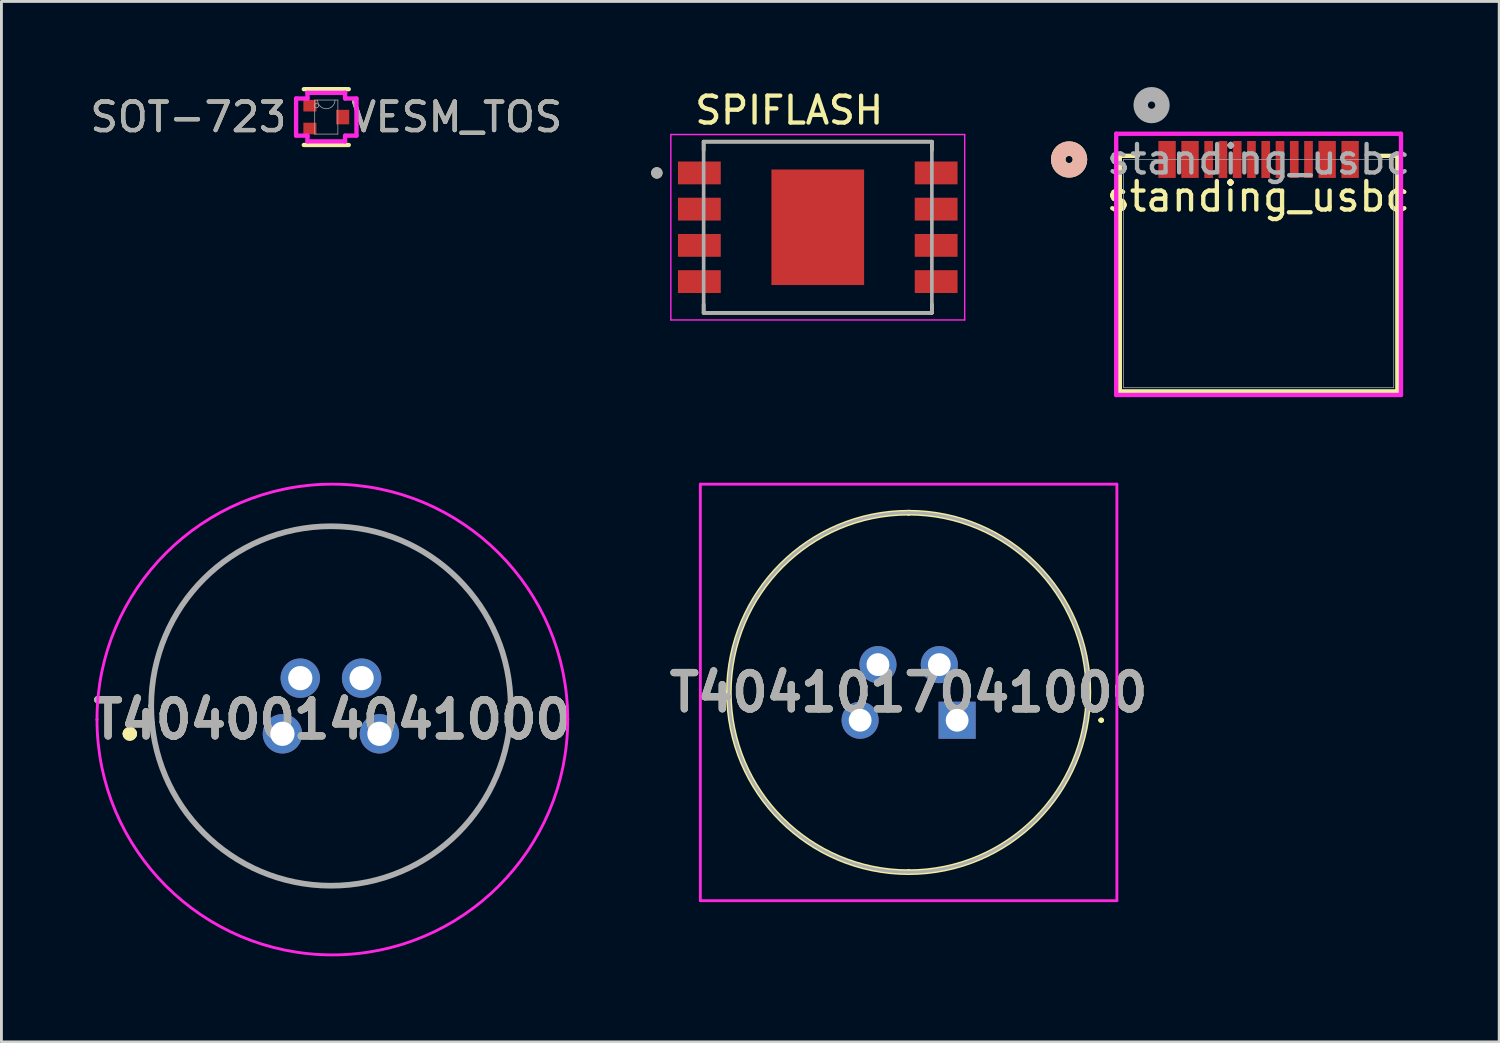
<source format=kicad_pcb>
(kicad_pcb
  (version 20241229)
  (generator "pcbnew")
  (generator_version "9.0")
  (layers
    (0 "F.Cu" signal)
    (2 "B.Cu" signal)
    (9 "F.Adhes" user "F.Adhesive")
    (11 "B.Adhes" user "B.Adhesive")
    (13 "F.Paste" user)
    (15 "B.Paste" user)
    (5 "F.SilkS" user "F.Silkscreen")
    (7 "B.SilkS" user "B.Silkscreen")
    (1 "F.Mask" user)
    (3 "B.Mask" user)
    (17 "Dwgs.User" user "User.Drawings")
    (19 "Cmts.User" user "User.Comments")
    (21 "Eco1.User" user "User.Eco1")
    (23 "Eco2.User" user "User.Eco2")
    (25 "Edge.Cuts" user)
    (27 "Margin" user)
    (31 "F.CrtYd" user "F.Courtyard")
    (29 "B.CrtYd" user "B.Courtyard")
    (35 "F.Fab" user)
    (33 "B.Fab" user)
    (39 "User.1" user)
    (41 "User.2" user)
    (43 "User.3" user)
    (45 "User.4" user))
  (footprint "T4040014041000"
    (layer "F.Cu")
    (at 6.85 22.671)
    (property "Reference" "T4040014041000" (at 1.75 -0.5 0) (layer "F.SilkS") (effects (font (size 1.27 1.27) (thickness 0.254))))
    (attr through_hole)
    (fp_line (start -5.4 0) (end -5.4 0) (stroke (width 0.4) (type solid)) (layer "F.SilkS"))
    (fp_line (start -5.3 0) (end -5.3 0) (stroke (width 0.4) (type solid)) (layer "F.SilkS"))
    (fp_line (start -4.6 -0.975) (end -4.6 -0.975) (stroke (width 0.1) (type solid)) (layer "F.SilkS"))
    (fp_line (start 8 -0.975) (end 8 -0.975) (stroke (width 0.1) (type solid)) (layer "F.SilkS"))
    (fp_arc (start -5.4 0) (mid -5.35 -0.05) (end -5.3 0) (stroke (width 0.4) (type solid)) (layer "F.SilkS"))
    (fp_arc (start -5.3 0) (mid -5.35 0.05) (end -5.4 0) (stroke (width 0.4) (type solid)) (layer "F.SilkS"))
    (fp_arc (start -4.6 -0.975) (mid 1.7 -7.275) (end 8 -0.975) (stroke (width 0.1) (type solid)) (layer "F.SilkS"))
    (fp_arc (start 8 -0.975) (mid 1.7 5.325) (end -4.6 -0.975) (stroke (width 0.1) (type solid)) (layer "F.SilkS"))
    (fp_line (start -6.5 -0.5) (end -6.5 -0.5) (stroke (width 0.1) (type solid)) (layer "F.CrtYd"))
    (fp_line (start 10 -0.5) (end 10 -0.5) (stroke (width 0.1) (type solid)) (layer "F.CrtYd"))
    (fp_arc (start -6.5 -0.5) (mid 1.75 -8.75) (end 10 -0.5) (stroke (width 0.1) (type solid)) (layer "F.CrtYd"))
    (fp_arc (start 10 -0.5) (mid 1.75 7.75) (end -6.5 -0.5) (stroke (width 0.1) (type solid)) (layer "F.CrtYd"))
    (fp_line (start -4.6 -0.975) (end -4.6 -0.975) (stroke (width 0.2) (type solid)) (layer "F.Fab"))
    (fp_line (start 8 -0.975) (end 8 -0.975) (stroke (width 0.2) (type solid)) (layer "F.Fab"))
    (fp_arc (start -4.6 -0.975) (mid 1.7 -7.275) (end 8 -0.975) (stroke (width 0.2) (type solid)) (layer "F.Fab"))
    (fp_arc (start 8 -0.975) (mid 1.7 5.325) (end -4.6 -0.975) (stroke (width 0.2) (type solid)) (layer "F.Fab"))
    (fp_text user "${REFERENCE}" (at 1.75 -0.5 0) (layer "F.Fab") (effects (font (size 1.27 1.27) (thickness 0.254))))
    (pad "1" thru_hole circle (at 0 0) (size 1.381 1.381) (drill 0.85) (layers "*.Cu" "*.Mask"))
    (pad "2" thru_hole circle (at 0.625 -1.95) (size 1.381 1.381) (drill 0.85) (layers "*.Cu" "*.Mask"))
    (pad "3" thru_hole circle (at 3.4 0) (size 1.381 1.381) (drill 0.85) (layers "*.Cu" "*.Mask"))
    (pad "4" thru_hole circle (at 2.775 -1.95) (size 1.381 1.381) (drill 0.85) (layers "*.Cu" "*.Mask")))
  (footprint "SPIFLASH"
    (layer "F.Cu")
    (at 25.614 4.916)
    (property "Reference" "SPIFLASH" (at -1 -4.1 0) (layer "F.SilkS") (effects (font (size 0.945 0.945) (thickness 0.15))))
    (attr smd)
    (fp_line (start -4 -3) (end 4 -3) (stroke (width 0.127) (type solid)) (layer "F.SilkS"))
    (fp_line (start -4 -2.7) (end -4 -3) (stroke (width 0.127) (type solid)) (layer "F.SilkS"))
    (fp_line (start -4 3) (end -4 2.7) (stroke (width 0.127) (type solid)) (layer "F.SilkS"))
    (fp_line (start 4 -3) (end 4 -2.7) (stroke (width 0.127) (type solid)) (layer "F.SilkS"))
    (fp_line (start 4 3) (end -4 3) (stroke (width 0.127) (type solid)) (layer "F.SilkS"))
    (fp_line (start 4 3) (end 4 2.7) (stroke (width 0.127) (type solid)) (layer "F.SilkS"))
    (fp_circle (center -5.64 -1.905) (end -5.54 -1.905) (stroke (width 0.2) (type solid)) (fill no) (layer "F.SilkS"))
    (fp_circle (center -0.65 -0.9) (end -0.487 -0.9) (stroke (width 0.325) (type solid)) (fill no) (layer "F.Paste"))
    (fp_circle (center -0.65 0.9) (end -0.487 0.9) (stroke (width 0.325) (type solid)) (fill no) (layer "F.Paste"))
    (fp_circle (center 0 0) (end 0.163 0) (stroke (width 0.325) (type solid)) (fill no) (layer "F.Paste"))
    (fp_circle (center 0.65 -0.9) (end 0.812 -0.9) (stroke (width 0.325) (type solid)) (fill no) (layer "F.Paste"))
    (fp_circle (center 0.65 0.9) (end 0.812 0.9) (stroke (width 0.325) (type solid)) (fill no) (layer "F.Paste"))
    (fp_poly (pts (xy -4.9 -2.255) (xy -3.5 -2.255) (xy -3.5 -1.555) (xy -4.9 -1.555)) (stroke (width 0.01) (type solid)) (fill yes) (layer "F.Paste"))
    (fp_poly (pts (xy -4.9 -0.985) (xy -3.5 -0.985) (xy -3.5 -0.285) (xy -4.9 -0.285)) (stroke (width 0.01) (type solid)) (fill yes) (layer "F.Paste"))
    (fp_poly (pts (xy -4.9 0.285) (xy -3.5 0.285) (xy -3.5 0.985) (xy -4.9 0.985)) (stroke (width 0.01) (type solid)) (fill yes) (layer "F.Paste"))
    (fp_poly (pts (xy -4.9 1.555) (xy -3.5 1.555) (xy -3.5 2.255) (xy -4.9 2.255)) (stroke (width 0.01) (type solid)) (fill yes) (layer "F.Paste"))
    (fp_poly (pts (xy 3.5 -2.255) (xy 4.9 -2.255) (xy 4.9 -1.555) (xy 3.5 -1.555)) (stroke (width 0.01) (type solid)) (fill yes) (layer "F.Paste"))
    (fp_poly (pts (xy 3.5 -0.985) (xy 4.9 -0.985) (xy 4.9 -0.285) (xy 3.5 -0.285)) (stroke (width 0.01) (type solid)) (fill yes) (layer "F.Paste"))
    (fp_poly (pts (xy 3.5 0.285) (xy 4.9 0.285) (xy 4.9 0.985) (xy 3.5 0.985)) (stroke (width 0.01) (type solid)) (fill yes) (layer "F.Paste"))
    (fp_poly (pts (xy 3.5 1.555) (xy 4.9 1.555) (xy 4.9 2.255) (xy 3.5 2.255)) (stroke (width 0.01) (type solid)) (fill yes) (layer "F.Paste"))
    (fp_line (start -5.15 -3.25) (end -5.15 3.25) (stroke (width 0.05) (type solid)) (layer "F.CrtYd"))
    (fp_line (start -5.15 3.25) (end 5.15 3.25) (stroke (width 0.05) (type solid)) (layer "F.CrtYd"))
    (fp_line (start 5.15 -3.25) (end -5.15 -3.25) (stroke (width 0.05) (type solid)) (layer "F.CrtYd"))
    (fp_line (start 5.15 3.25) (end 5.15 -3.25) (stroke (width 0.05) (type solid)) (layer "F.CrtYd"))
    (fp_line (start -4 -3) (end 4 -3) (stroke (width 0.127) (type solid)) (layer "F.Fab"))
    (fp_line (start -4 3) (end -4 -3) (stroke (width 0.127) (type solid)) (layer "F.Fab"))
    (fp_line (start 4 -3) (end 4 3) (stroke (width 0.127) (type solid)) (layer "F.Fab"))
    (fp_line (start 4 3) (end -4 3) (stroke (width 0.127) (type solid)) (layer "F.Fab"))
    (fp_circle (center -5.64 -1.905) (end -5.54 -1.905) (stroke (width 0.2) (type solid)) (fill no) (layer "F.Fab"))
    (pad "1" smd rect (at -4.15 -1.905) (size 1.5 0.8) (layers "F.Cu" "F.Mask"))
    (pad "2" smd rect (at -4.15 -0.635) (size 1.5 0.8) (layers "F.Cu" "F.Mask"))
    (pad "3" smd rect (at -4.15 0.635) (size 1.5 0.8) (layers "F.Cu" "F.Mask"))
    (pad "4" smd rect (at -4.15 1.905) (size 1.5 0.8) (layers "F.Cu" "F.Mask"))
    (pad "5" smd rect (at 4.15 1.905) (size 1.5 0.8) (layers "F.Cu" "F.Mask"))
    (pad "6" smd rect (at 4.15 0.635) (size 1.5 0.8) (layers "F.Cu" "F.Mask"))
    (pad "7" smd rect (at 4.15 -0.635) (size 1.5 0.8) (layers "F.Cu" "F.Mask"))
    (pad "8" smd rect (at 4.15 -1.905) (size 1.5 0.8) (layers "F.Cu" "F.Mask"))
    (pad "9" smd rect (at 0 0) (size 3.25 4.05) (layers "F.Cu" "F.Mask")))
  (footprint "T4041017041000"
    (layer "F.Cu")
    (at 30.499 22.196)
    (property "Reference" "T4041017041000" (at -1.7 -0.975 0) (layer "F.SilkS") (effects (font (size 1.27 1.27) (thickness 0.254))))
    (attr through_hole)
    (fp_line (start -1.7 -7.275) (end -1.7 -7.275) (stroke (width 0.2) (type solid)) (layer "F.SilkS"))
    (fp_line (start -1.7 5.325) (end -1.7 5.325) (stroke (width 0.2) (type solid)) (layer "F.SilkS"))
    (fp_line (start 5 0) (end 5 0) (stroke (width 0.1) (type solid)) (layer "F.SilkS"))
    (fp_line (start 5.1 0) (end 5.1 0) (stroke (width 0.1) (type solid)) (layer "F.SilkS"))
    (fp_arc (start -1.7 -7.275) (mid 4.6 -0.975) (end -1.7 5.325) (stroke (width 0.2) (type solid)) (layer "F.SilkS"))
    (fp_arc (start -1.7 5.325) (mid -8 -0.975) (end -1.7 -7.275) (stroke (width 0.2) (type solid)) (layer "F.SilkS"))
    (fp_arc (start 5 0) (mid 5.05 -0.05) (end 5.1 0) (stroke (width 0.1) (type solid)) (layer "F.SilkS"))
    (fp_arc (start 5.1 0) (mid 5.05 0.05) (end 5 0) (stroke (width 0.1) (type solid)) (layer "F.SilkS"))
    (fp_line (start -9 -8.275) (end 5.6 -8.275) (stroke (width 0.1) (type solid)) (layer "F.CrtYd"))
    (fp_line (start -9 6.325) (end -9 -8.275) (stroke (width 0.1) (type solid)) (layer "F.CrtYd"))
    (fp_line (start 5.6 -8.275) (end 5.6 6.325) (stroke (width 0.1) (type solid)) (layer "F.CrtYd"))
    (fp_line (start 5.6 6.325) (end -9 6.325) (stroke (width 0.1) (type solid)) (layer "F.CrtYd"))
    (fp_line (start -1.7 -7.275) (end -1.7 -7.275) (stroke (width 0.1) (type solid)) (layer "F.Fab"))
    (fp_line (start -1.7 5.325) (end -1.7 5.325) (stroke (width 0.1) (type solid)) (layer "F.Fab"))
    (fp_arc (start -1.7 -7.275) (mid 4.6 -0.975) (end -1.7 5.325) (stroke (width 0.1) (type solid)) (layer "F.Fab"))
    (fp_arc (start -1.7 5.325) (mid -8 -0.975) (end -1.7 -7.275) (stroke (width 0.1) (type solid)) (layer "F.Fab"))
    (fp_text user "${REFERENCE}" (at -1.7 -0.975 0) (layer "F.Fab") (effects (font (size 1.27 1.27) (thickness 0.254))))
    (pad "1" thru_hole rect (at 0 0) (size 1.3 1.3) (drill 0.8) (layers "*.Cu" "*.Mask"))
    (pad "2" thru_hole circle (at -0.625 -1.95) (size 1.3 1.3) (drill 0.8) (layers "*.Cu" "*.Mask"))
    (pad "3" thru_hole circle (at -3.4 0) (size 1.3 1.3) (drill 0.8) (layers "*.Cu" "*.Mask"))
    (pad "4" thru_hole circle (at -2.775 -1.95) (size 1.3 1.3) (drill 0.8) (layers "*.Cu" "*.Mask")))
  (footprint "standing_usbc"
    (layer "F.Cu")
    (at 41.066 6.54)
    (property "Reference" "standing_usbc" (at -0.01 -2.7 0) (unlocked yes) (layer "F.SilkS") (effects (font (size 1 1) (thickness 0.15))))
    (attr smd)
    (fp_poly (pts (xy -3.513 -4.648) (xy -3.513 -3.353) (xy -2.903 -3.353) (xy -2.903 -4.648)) (stroke (width 0) (type solid)) (fill yes) (layer "F.Cu"))
    (fp_poly (pts (xy -2.708 -4.648) (xy -2.708 -3.353) (xy -2.098 -3.353) (xy -2.098 -4.648)) (stroke (width 0) (type solid)) (fill yes) (layer "F.Cu"))
    (fp_poly (pts (xy 2.098 -3.353) (xy 2.708 -3.353) (xy 2.708 -4.648) (xy 2.098 -4.648)) (stroke (width 0) (type solid)) (fill yes) (layer "F.Cu"))
    (fp_poly (pts (xy 2.903 -4.648) (xy 2.903 -3.353) (xy 3.513 -3.353) (xy 3.513 -4.648)) (stroke (width 0) (type solid)) (fill yes) (layer "F.Cu"))
    (fp_poly (pts (xy -3.513 -4.648) (xy -3.513 -3.353) (xy -2.903 -3.353) (xy -2.903 -4.648)) (stroke (width 0) (type solid)) (fill yes) (layer "F.Mask"))
    (fp_poly (pts (xy -2.708 -4.648) (xy -2.708 -3.353) (xy -2.098 -3.353) (xy -2.098 -4.648)) (stroke (width 0) (type solid)) (fill yes) (layer "F.Mask"))
    (fp_poly (pts (xy 2.098 -3.353) (xy 2.708 -3.353) (xy 2.708 -4.648) (xy 2.098 -4.648)) (stroke (width 0) (type solid)) (fill yes) (layer "F.Mask"))
    (fp_poly (pts (xy 2.903 -4.648) (xy 2.903 -3.353) (xy 3.513 -3.353) (xy 3.513 -4.648)) (stroke (width 0) (type solid)) (fill yes) (layer "F.Mask"))
    (fp_line (start -4.864 -4.128) (end -4.864 4.128) (stroke (width 0.152) (type solid)) (layer "F.SilkS"))
    (fp_line (start -4.864 4.128) (end 4.864 4.128) (stroke (width 0.152) (type solid)) (layer "F.SilkS"))
    (fp_line (start -4.236 -4.128) (end -4.864 -4.128) (stroke (width 0.152) (type solid)) (layer "F.SilkS"))
    (fp_line (start 4.864 -4.128) (end 4.236 -4.128) (stroke (width 0.152) (type solid)) (layer "F.SilkS"))
    (fp_line (start 4.864 4.128) (end 4.864 -4.128) (stroke (width 0.152) (type solid)) (layer "F.SilkS"))
    (fp_circle (center -6.642 -4) (end -6.261 -4) (stroke (width 0.508) (type solid)) (fill no) (layer "F.SilkS"))
    (fp_circle (center -6.642 -4) (end -6.261 -4) (stroke (width 0.508) (type solid)) (fill no) (layer "B.SilkS"))
    (fp_poly (pts (xy -3.513 -4.648) (xy -3.513 -3.353) (xy -2.903 -3.353) (xy -2.903 -4.648)) (stroke (width 0) (type solid)) (fill yes) (layer "F.Paste"))
    (fp_poly (pts (xy -2.708 -4.648) (xy -2.708 -3.353) (xy -2.098 -3.353) (xy -2.098 -4.648)) (stroke (width 0) (type solid)) (fill yes) (layer "F.Paste"))
    (fp_poly (pts (xy 2.098 -3.353) (xy 2.708 -3.353) (xy 2.708 -4.648) (xy 2.098 -4.648)) (stroke (width 0) (type solid)) (fill yes) (layer "F.Paste"))
    (fp_poly (pts (xy 2.903 -4.648) (xy 2.903 -3.353) (xy 3.513 -3.353) (xy 3.513 -4.648)) (stroke (width 0) (type solid)) (fill yes) (layer "F.Paste"))
    (fp_line (start -4.991 -4.902) (end -4.991 4.255) (stroke (width 0.152) (type solid)) (layer "F.CrtYd"))
    (fp_line (start -4.991 4.255) (end 4.991 4.255) (stroke (width 0.152) (type solid)) (layer "F.CrtYd"))
    (fp_line (start 4.991 -4.902) (end -4.991 -4.902) (stroke (width 0.152) (type solid)) (layer "F.CrtYd"))
    (fp_line (start 4.991 4.255) (end 4.991 -4.902) (stroke (width 0.152) (type solid)) (layer "F.CrtYd"))
    (fp_line (start -4.737 -4) (end -4.737 4) (stroke (width 0.025) (type solid)) (layer "F.Fab"))
    (fp_line (start -4.737 4) (end 4.737 4) (stroke (width 0.025) (type solid)) (layer "F.Fab"))
    (fp_line (start 4.737 -4) (end -4.737 -4) (stroke (width 0.025) (type solid)) (layer "F.Fab"))
    (fp_line (start 4.737 4) (end 4.737 -4) (stroke (width 0.025) (type solid)) (layer "F.Fab"))
    (fp_circle (center -3.751 -5.905) (end -3.37 -5.905) (stroke (width 0.508) (type solid)) (fill no) (layer "F.Fab"))
    (fp_text user "${REFERENCE}" (at 0 -4 0) (unlocked yes) (layer "F.Fab") (effects (font (size 1 1) (thickness 0.15))))
    (pad "A1" smd rect (at -3.36 -4) (size 0.127 0.127) (layers "F.Cu" "F.Mask" "F.Paste"))
    (pad "A4" smd rect (at -2.555 -4) (size 0.127 0.127) (layers "F.Cu" "F.Mask" "F.Paste"))
    (pad "A5" smd rect (at -1.25 -4) (size 0.305 1.295) (layers "F.Cu" "F.Mask" "F.Paste"))
    (pad "A6" smd rect (at -0.25 -4) (size 0.305 1.295) (layers "F.Cu" "F.Mask" "F.Paste"))
    (pad "A7" smd rect (at 0.25 -4) (size 0.305 1.295) (layers "F.Cu" "F.Mask" "F.Paste"))
    (pad "A8" smd rect (at 1.25 -4) (size 0.305 1.295) (layers "F.Cu" "F.Mask" "F.Paste"))
    (pad "A9" smd rect (at 2.555 -4) (size 0.127 0.127) (layers "F.Cu" "F.Mask" "F.Paste"))
    (pad "A12" smd rect (at 3.36 -4) (size 0.127 0.127) (layers "F.Cu" "F.Mask" "F.Paste"))
    (pad "B1" smd rect (at 3.055 -4) (size 0.127 0.127) (layers "F.Cu" "F.Mask" "F.Paste"))
    (pad "B4" smd rect (at 2.251 -4) (size 0.127 0.127) (layers "F.Cu" "F.Mask" "F.Paste"))
    (pad "B5" smd rect (at 1.75 -4) (size 0.305 1.295) (layers "F.Cu" "F.Mask" "F.Paste"))
    (pad "B6" smd rect (at 0.75 -4) (size 0.305 1.295) (layers "F.Cu" "F.Mask" "F.Paste"))
    (pad "B7" smd rect (at -0.75 -4) (size 0.305 1.295) (layers "F.Cu" "F.Mask" "F.Paste"))
    (pad "B8" smd rect (at -1.75 -4) (size 0.305 1.295) (layers "F.Cu" "F.Mask" "F.Paste"))
    (pad "B9" smd rect (at -2.251 -4) (size 0.127 0.127) (layers "F.Cu" "F.Mask" "F.Paste"))
    (pad "B12" smd rect (at -3.055 -4) (size 0.127 0.127) (layers "F.Cu" "F.Mask" "F.Paste")))
  (footprint "SOT-723   VESM_TOS"
    (layer "F.Cu")
    (at 8.387 1.054)
    (property "Reference" "SOT-723   VESM_TOS" (at 0 0 0) (unlocked yes) (layer "F.SilkS") (effects (font (size 1 1) (thickness 0.15))))
    (attr smd)
    (fp_poly (pts (xy -0.804 -0.603) (xy -0.804 -0.197) (xy -0.346 -0.197) (xy -0.346 -0.603)) (stroke (width 0) (type solid)) (fill yes) (layer "F.Mask"))
    (fp_poly (pts (xy -0.804 -0.203) (xy -0.804 0.203) (xy -0.346 0.203) (xy -0.346 -0.203)) (stroke (width 0) (type solid)) (fill yes) (layer "F.Mask"))
    (fp_poly (pts (xy -0.804 0.197) (xy -0.804 0.603) (xy -0.346 0.603) (xy -0.346 0.197)) (stroke (width 0) (type solid)) (fill yes) (layer "F.Mask"))
    (fp_poly (pts (xy 0.346 -0.603) (xy 0.346 -0.197) (xy 0.804 -0.197) (xy 0.804 -0.603)) (stroke (width 0) (type solid)) (fill yes) (layer "F.Mask"))
    (fp_poly (pts (xy 0.346 -0.203) (xy 0.346 0.203) (xy 0.804 0.203) (xy 0.804 -0.203)) (stroke (width 0) (type solid)) (fill yes) (layer "F.Mask"))
    (fp_poly (pts (xy 0.346 0.197) (xy 0.346 0.603) (xy 0.804 0.603) (xy 0.804 0.197)) (stroke (width 0) (type solid)) (fill yes) (layer "F.Mask"))
    (fp_line (start -0.787 0.978) (end 0.787 0.978) (stroke (width 0.152) (type solid)) (layer "F.SilkS"))
    (fp_line (start 0.787 -0.978) (end -0.787 -0.978) (stroke (width 0.152) (type solid)) (layer "F.SilkS"))
    (fp_poly (pts (xy -0.804 -0.603) (xy -0.804 -0.197) (xy -0.346 -0.197) (xy -0.346 -0.603)) (stroke (width 0) (type solid)) (fill yes) (layer "F.Paste"))
    (fp_poly (pts (xy -0.804 -0.203) (xy -0.804 0.203) (xy -0.346 0.203) (xy -0.346 -0.203)) (stroke (width 0) (type solid)) (fill yes) (layer "F.Paste"))
    (fp_poly (pts (xy -0.804 0.197) (xy -0.804 0.603) (xy -0.346 0.603) (xy -0.346 0.197)) (stroke (width 0) (type solid)) (fill yes) (layer "F.Paste"))
    (fp_poly (pts (xy -0.229 -0.254) (xy -0.229 0.254) (xy 0.229 0.254) (xy 0.229 -0.254)) (stroke (width 0) (type solid)) (fill yes) (layer "F.Paste"))
    (fp_poly (pts (xy 0.346 -0.603) (xy 0.346 -0.197) (xy 0.804 -0.197) (xy 0.804 -0.603)) (stroke (width 0) (type solid)) (fill yes) (layer "F.Paste"))
    (fp_poly (pts (xy 0.346 -0.203) (xy 0.346 0.203) (xy 0.804 0.203) (xy 0.804 -0.203)) (stroke (width 0) (type solid)) (fill yes) (layer "F.Paste"))
    (fp_poly (pts (xy 0.346 0.197) (xy 0.346 0.603) (xy 0.804 0.603) (xy 0.804 0.197)) (stroke (width 0) (type solid)) (fill yes) (layer "F.Paste"))
    (fp_line (start -1.058 -0.651) (end -0.66 -0.651) (stroke (width 0.152) (type solid)) (layer "F.CrtYd"))
    (fp_line (start -1.058 0.651) (end -1.058 -0.651) (stroke (width 0.152) (type solid)) (layer "F.CrtYd"))
    (fp_line (start -1.058 0.651) (end -0.66 0.651) (stroke (width 0.152) (type solid)) (layer "F.CrtYd"))
    (fp_line (start -0.66 -0.851) (end 0.66 -0.851) (stroke (width 0.152) (type solid)) (layer "F.CrtYd"))
    (fp_line (start -0.66 -0.651) (end -0.66 -0.851) (stroke (width 0.152) (type solid)) (layer "F.CrtYd"))
    (fp_line (start -0.66 0.851) (end -0.66 0.651) (stroke (width 0.152) (type solid)) (layer "F.CrtYd"))
    (fp_line (start 0.66 -0.851) (end 0.66 -0.651) (stroke (width 0.152) (type solid)) (layer "F.CrtYd"))
    (fp_line (start 0.66 0.651) (end 0.66 0.851) (stroke (width 0.152) (type solid)) (layer "F.CrtYd"))
    (fp_line (start 0.66 0.851) (end -0.66 0.851) (stroke (width 0.152) (type solid)) (layer "F.CrtYd"))
    (fp_line (start 1.058 -0.651) (end 0.66 -0.651) (stroke (width 0.152) (type solid)) (layer "F.CrtYd"))
    (fp_line (start 1.058 -0.651) (end 1.058 0.651) (stroke (width 0.152) (type solid)) (layer "F.CrtYd"))
    (fp_line (start 1.058 0.651) (end 0.66 0.651) (stroke (width 0.152) (type solid)) (layer "F.CrtYd"))
    (fp_line (start -0.406 -0.597) (end -0.406 0.597) (stroke (width 0.025) (type solid)) (layer "F.Fab"))
    (fp_line (start -0.406 0.597) (end 0.406 0.597) (stroke (width 0.025) (type solid)) (layer "F.Fab"))
    (fp_line (start 0.406 -0.597) (end -0.406 -0.597) (stroke (width 0.025) (type solid)) (layer "F.Fab"))
    (fp_line (start 0.406 0.597) (end 0.406 -0.597) (stroke (width 0.025) (type solid)) (layer "F.Fab"))
    (fp_arc (start 0.3048 -0.5969) (mid 0 -0.2921) (end -0.3048 -0.5969) (stroke (width 0.0254) (type solid)) (layer "F.Fab"))
    (fp_circle (center -0.346 -0.4) (end -0.27 -0.4) (stroke (width 0.025) (type solid)) (fill no) (layer "F.Fab"))
    (fp_text user "${REFERENCE}" (at 0 0 0) (unlocked yes) (layer "F.Fab") (effects (font (size 1 1) (thickness 0.15))))
    (pad "1" smd rect (at -0.575 -0.4) (size 0.457 0.406) (layers "F.Cu" "F.Mask" "F.Paste"))
    (pad "2" smd rect (at -0.575 0.4) (size 0.457 0.406) (layers "F.Cu" "F.Mask" "F.Paste"))
    (pad "3" smd rect (at 0.575 0) (size 0.457 0.508) (layers "F.Cu" "F.Mask")))
  (gr_rect
    (start -3 -3)
    (end 49.5 33.471)
    (stroke (width 0.1) (type default))
    (fill no)
    (layer "Edge.Cuts")))
</source>
